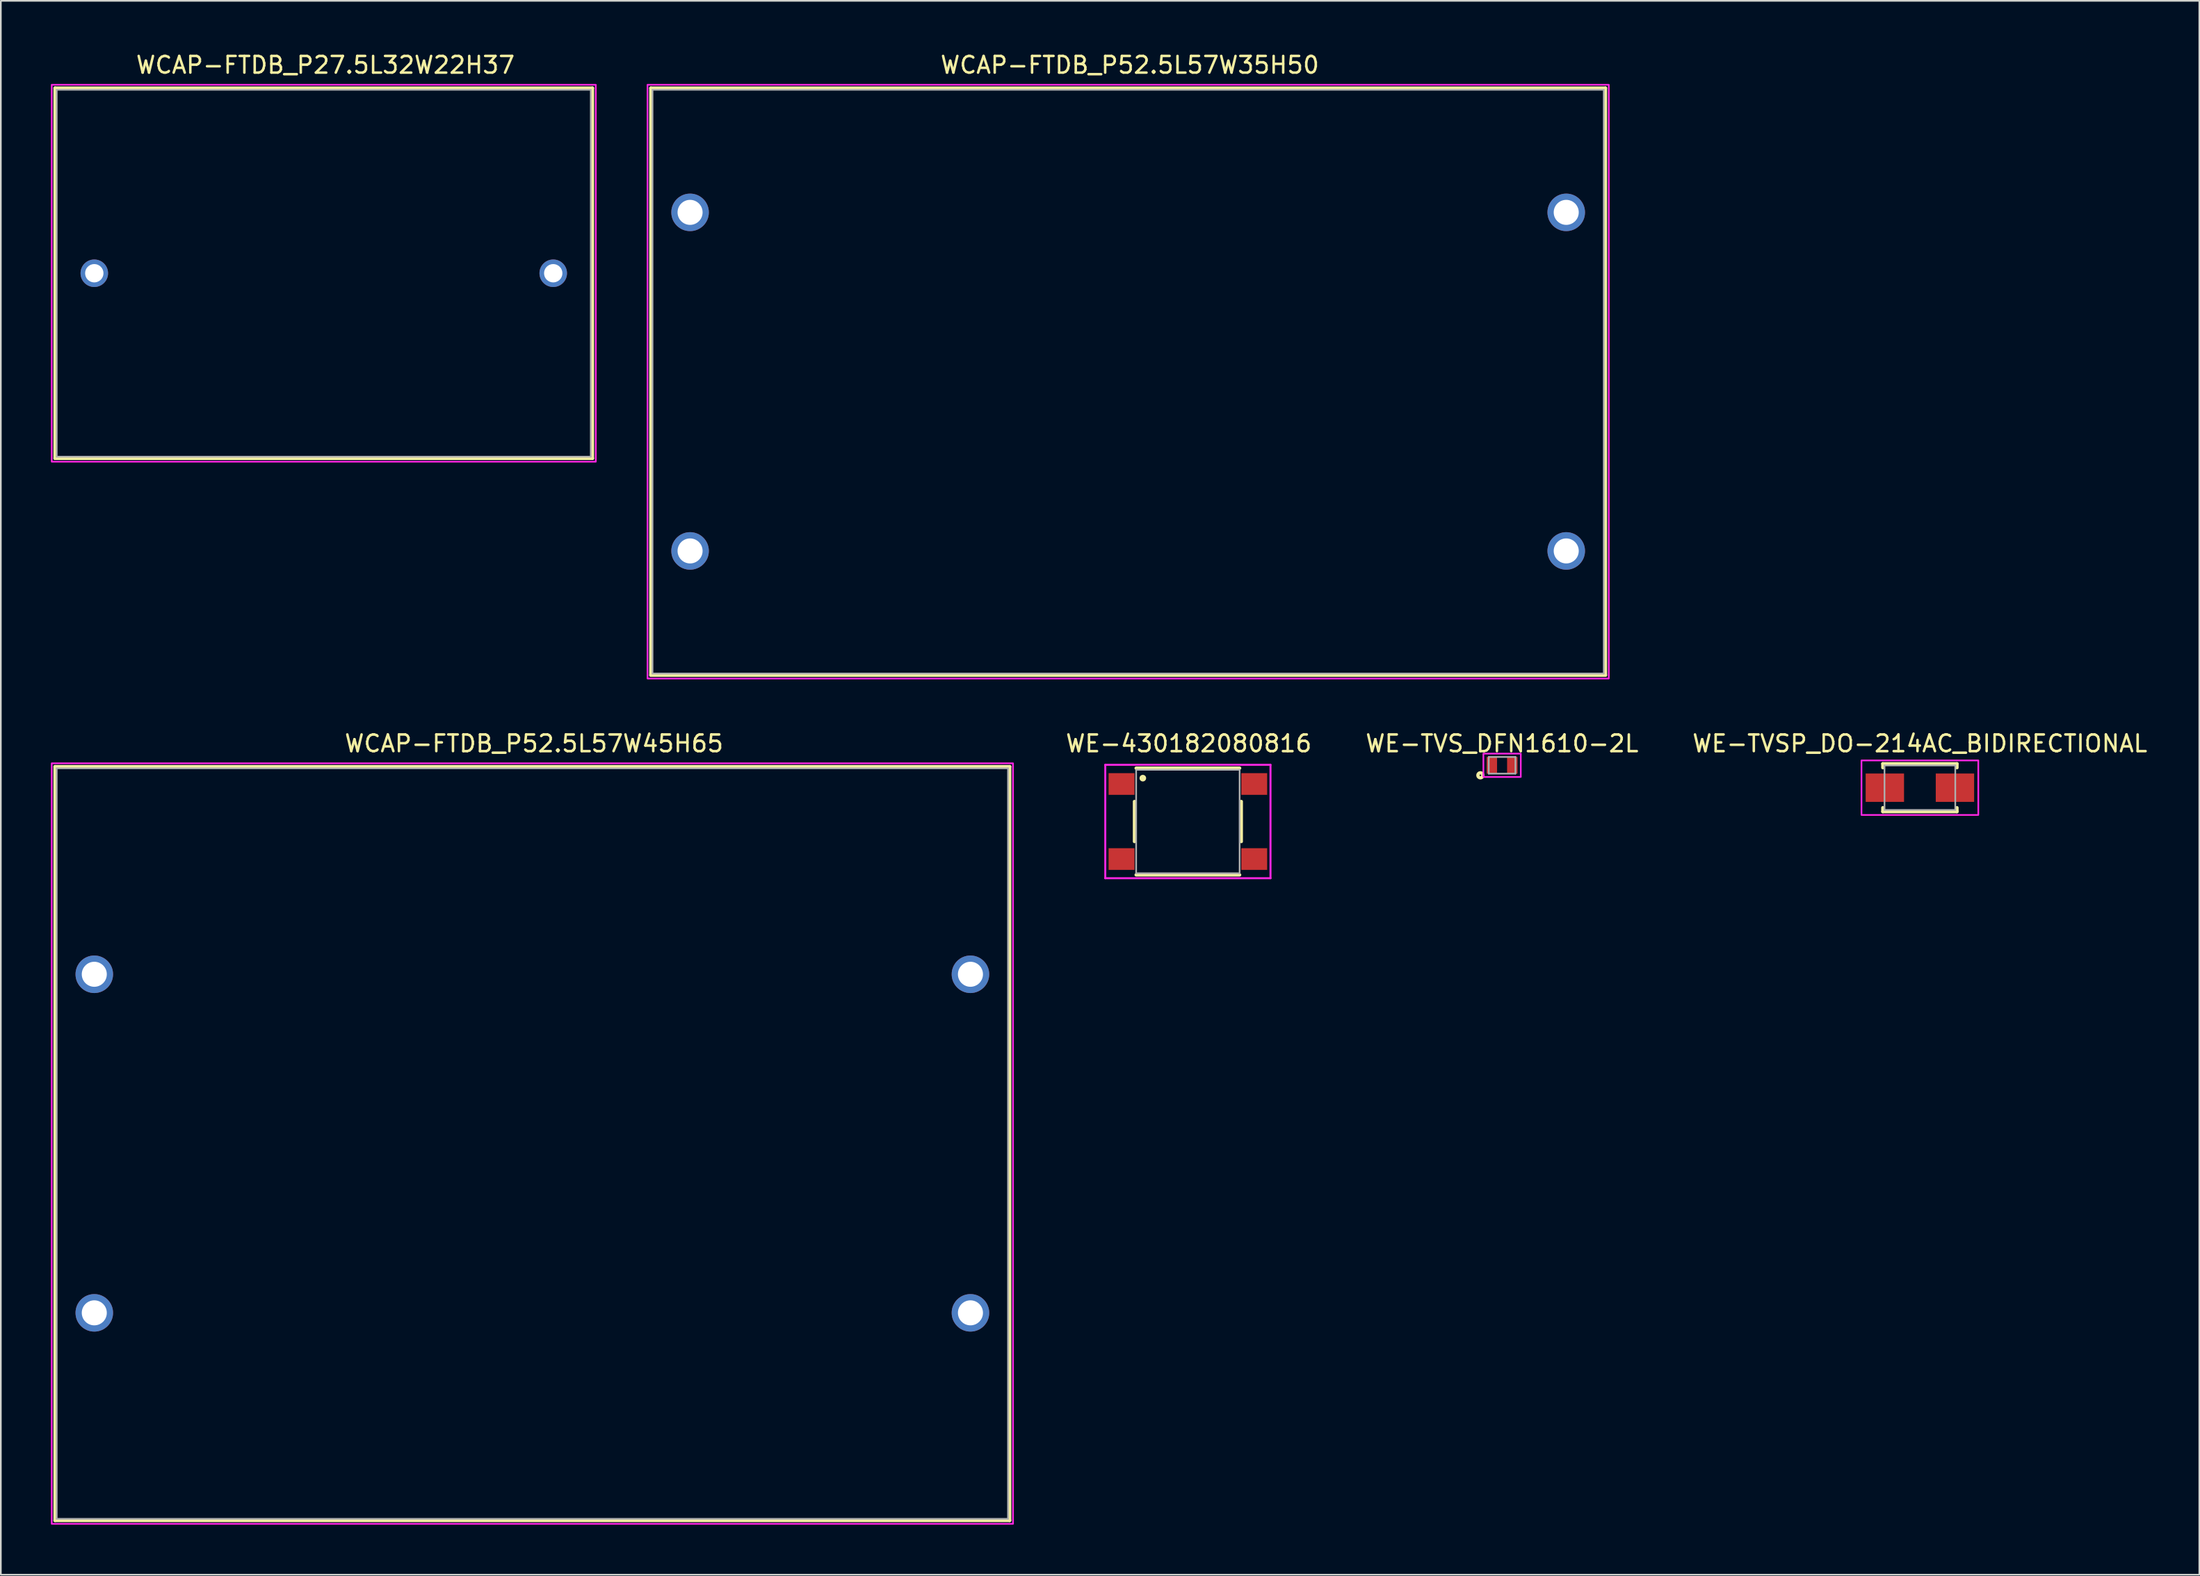
<source format=kicad_pcb>
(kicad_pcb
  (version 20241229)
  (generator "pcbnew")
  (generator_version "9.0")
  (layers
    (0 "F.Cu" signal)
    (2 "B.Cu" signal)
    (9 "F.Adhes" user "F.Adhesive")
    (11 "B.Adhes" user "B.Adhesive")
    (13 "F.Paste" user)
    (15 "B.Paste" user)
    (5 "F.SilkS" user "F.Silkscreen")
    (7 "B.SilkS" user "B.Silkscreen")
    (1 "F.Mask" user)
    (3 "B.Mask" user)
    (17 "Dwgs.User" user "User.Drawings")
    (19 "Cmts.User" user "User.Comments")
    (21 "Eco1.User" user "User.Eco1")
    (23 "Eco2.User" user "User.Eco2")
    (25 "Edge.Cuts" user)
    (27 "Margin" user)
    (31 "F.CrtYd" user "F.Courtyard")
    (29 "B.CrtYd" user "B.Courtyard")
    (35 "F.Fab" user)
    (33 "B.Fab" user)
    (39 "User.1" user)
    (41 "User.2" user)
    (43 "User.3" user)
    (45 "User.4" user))
  (footprint "WE-TVS_DFN1610-2L"
    (layer "F.Cu")
    (at 86.956 42.836)
    (property "Reference" "WE-TVS_DFN1610-2L" (at 0 -1.305 0) (layer "F.SilkS") (effects (font (size 1 1) (thickness 0.15))))
    (attr through_hole)
    (fp_circle (center -1.3 0.6) (end -1.25 0.6) (stroke (width 0.2) (type solid)) (fill no) (layer "F.SilkS"))
    (fp_poly (pts (xy -1.12 -0.7) (xy 1.12 -0.7) (xy 1.12 0.7) (xy -1.12 0.7)) (stroke (width 0.1) (type solid)) (fill no) (layer "F.CrtYd"))
    (fp_line (start -0.8 -0.5) (end 0.8 -0.5) (stroke (width 0.1) (type solid)) (layer "F.Fab"))
    (fp_line (start -0.8 0.5) (end -0.8 -0.5) (stroke (width 0.1) (type solid)) (layer "F.Fab"))
    (fp_line (start 0.8 -0.5) (end 0.8 0.5) (stroke (width 0.1) (type solid)) (layer "F.Fab"))
    (fp_line (start 0.8 0.5) (end -0.8 0.5) (stroke (width 0.1) (type solid)) (layer "F.Fab"))
    (pad "1" smd rect (at -0.613 0) (size 0.625 1) (layers "F.Cu" "F.Mask" "F.Paste"))
    (pad "2" smd rect (at 0.613 0) (size 0.625 1) (layers "F.Cu" "F.Mask" "F.Paste")))
  (footprint "WE-TVSP_DO-214AC_BIDIRECTIONAL"
    (layer "F.Cu")
    (at 111.992 44.179)
    (property "Reference" "WE-TVSP_DO-214AC_BIDIRECTIONAL" (at 0 -2.648 0) (layer "F.SilkS") (effects (font (size 1 1) (thickness 0.15))))
    (attr smd)
    (fp_line (start -2.22 -1.2) (end -2.22 -1.435) (stroke (width 0.2) (type solid)) (layer "F.SilkS"))
    (fp_line (start -2.22 1.2) (end -2.22 1.435) (stroke (width 0.2) (type solid)) (layer "F.SilkS"))
    (fp_line (start -2.22 1.435) (end 2.22 1.435) (stroke (width 0.2) (type solid)) (layer "F.SilkS"))
    (fp_line (start 2.22 -1.435) (end -2.22 -1.435) (stroke (width 0.2) (type solid)) (layer "F.SilkS"))
    (fp_line (start 2.22 -1.2) (end 2.22 -1.435) (stroke (width 0.2) (type solid)) (layer "F.SilkS"))
    (fp_line (start 2.22 1.2) (end 2.22 1.435) (stroke (width 0.2) (type solid)) (layer "F.SilkS"))
    (fp_poly (pts (xy -3.5 -1.635) (xy 3.5 -1.635) (xy 3.5 1.635) (xy -3.5 1.635)) (stroke (width 0.1) (type solid)) (fill no) (layer "F.CrtYd"))
    (fp_line (start -2.12 -1.335) (end -2.12 1.335) (stroke (width 0.1) (type solid)) (layer "F.Fab"))
    (fp_line (start -2.12 -1.335) (end 2.12 -1.335) (stroke (width 0.1) (type solid)) (layer "F.Fab"))
    (fp_line (start -2.12 1.335) (end 2.12 1.335) (stroke (width 0.1) (type solid)) (layer "F.Fab"))
    (fp_line (start 2.12 1.335) (end 2.12 -1.335) (stroke (width 0.1) (type solid)) (layer "F.Fab"))
    (pad "1" smd rect (at -2.1 0) (size 2.3 1.7) (layers "F.Cu" "F.Mask" "F.Paste"))
    (pad "2" smd rect (at 2.1 0) (size 2.3 1.7) (layers "F.Cu" "F.Mask" "F.Paste")))
  (footprint "WCAP-FTDB_P52.5L57W45H65"
    (layer "F.Cu")
    (at 28.85 65.516)
    (property "Reference" "WCAP-FTDB_P52.5L57W45H65" (at 0.1 -23.985 0) (layer "F.SilkS") (effects (font (size 1 1) (thickness 0.15))))
    (attr through_hole)
    (fp_line (start -28.6 -22.6) (end 28.6 -22.6) (stroke (width 0.2) (type solid)) (layer "F.SilkS"))
    (fp_line (start -28.6 22.6) (end -28.6 -22.6) (stroke (width 0.2) (type solid)) (layer "F.SilkS"))
    (fp_line (start 28.6 -22.6) (end 28.6 22.6) (stroke (width 0.2) (type solid)) (layer "F.SilkS"))
    (fp_line (start 28.6 22.6) (end -28.6 22.6) (stroke (width 0.2) (type solid)) (layer "F.SilkS"))
    (fp_poly (pts (xy -28.8 -22.8) (xy 28.8 -22.8) (xy 28.8 22.8) (xy -28.8 22.8)) (stroke (width 0.1) (type solid)) (fill no) (layer "F.CrtYd"))
    (fp_line (start -28.5 -22.5) (end 28.5 -22.5) (stroke (width 0.1) (type solid)) (layer "F.Fab"))
    (fp_line (start -28.5 22.5) (end -28.5 -22.5) (stroke (width 0.1) (type solid)) (layer "F.Fab"))
    (fp_line (start 28.5 -22.5) (end 28.5 22.5) (stroke (width 0.1) (type solid)) (layer "F.Fab"))
    (fp_line (start 28.5 22.5) (end -28.5 22.5) (stroke (width 0.1) (type solid)) (layer "F.Fab"))
    (pad "1" thru_hole circle (at -26.25 -10.15) (size 2.25 2.25) (drill 1.5) (layers "*.Cu" "*.Mask"))
    (pad "2" thru_hole circle (at 26.25 -10.15) (size 2.25 2.25) (drill 1.5) (layers "*.Cu" "*.Mask"))
    (pad "3" thru_hole circle (at -26.25 10.15) (size 2.25 2.25) (drill 1.5) (layers "*.Cu" "*.Mask"))
    (pad "4" thru_hole circle (at 26.25 10.15) (size 2.25 2.25) (drill 1.5) (layers "*.Cu" "*.Mask")))
  (footprint "WE-430182080816"
    (layer "F.Cu")
    (at 68.129 46.207)
    (property "Reference" "WE-430182080816" (at 0.053 -4.676 0) (layer "F.SilkS") (effects (font (size 1 1) (thickness 0.15))))
    (attr through_hole)
    (fp_line (start -3.2 -1.2) (end -3.2 1.2) (stroke (width 0.2) (type solid)) (layer "F.SilkS"))
    (fp_line (start -3.1 -3.2) (end 3.1 -3.2) (stroke (width 0.2) (type solid)) (layer "F.SilkS"))
    (fp_line (start 3.1 3.2) (end -3.1 3.2) (stroke (width 0.2) (type solid)) (layer "F.SilkS"))
    (fp_line (start 3.2 1.2) (end 3.2 -1.2) (stroke (width 0.2) (type solid)) (layer "F.SilkS"))
    (fp_circle (center -2.7 -2.6) (end -2.6 -2.6) (stroke (width 0.2) (type solid)) (fill no) (layer "F.SilkS"))
    (fp_line (start -4.95 -3.4) (end 4.95 -3.4) (stroke (width 0.12) (type solid)) (layer "F.CrtYd"))
    (fp_line (start -4.95 3.4) (end -4.95 -3.4) (stroke (width 0.12) (type solid)) (layer "F.CrtYd"))
    (fp_line (start 4.95 -3.4) (end 4.95 3.4) (stroke (width 0.12) (type solid)) (layer "F.CrtYd"))
    (fp_line (start 4.95 3.4) (end -4.95 3.4) (stroke (width 0.12) (type solid)) (layer "F.CrtYd"))
    (fp_line (start -3.1 -3.1) (end -3.1 3.1) (stroke (width 0.1) (type solid)) (layer "F.Fab"))
    (fp_line (start -3.1 3.1) (end 3.1 3.1) (stroke (width 0.1) (type solid)) (layer "F.Fab"))
    (fp_line (start 3.1 -3.1) (end -3.1 -3.1) (stroke (width 0.1) (type solid)) (layer "F.Fab"))
    (fp_line (start 3.1 3.1) (end 3.1 -3.1) (stroke (width 0.1) (type solid)) (layer "F.Fab"))
    (pad "1" smd rect (at -3.975 -2.25) (size 1.55 1.3) (layers "F.Cu" "F.Mask" "F.Paste"))
    (pad "2" smd rect (at -3.975 2.25) (size 1.55 1.3) (layers "F.Cu" "F.Mask" "F.Paste"))
    (pad "3" smd rect (at 3.975 -2.25) (size 1.55 1.3) (layers "F.Cu" "F.Mask" "F.Paste"))
    (pad "4" smd rect (at 3.975 2.25) (size 1.55 1.3) (layers "F.Cu" "F.Mask" "F.Paste")))
  (footprint "WCAP-FTDB_P27.5L32W22H37"
    (layer "F.Cu")
    (at 16.35 13.333)
    (property "Reference" "WCAP-FTDB_P27.5L32W22H37" (at 0.1 -12.485 0) (layer "F.SilkS") (effects (font (size 1 1) (thickness 0.15))))
    (attr through_hole)
    (fp_line (start -16.1 -11.1) (end 16.1 -11.1) (stroke (width 0.2) (type solid)) (layer "F.SilkS"))
    (fp_line (start -16.1 11.1) (end -16.1 -11.1) (stroke (width 0.2) (type solid)) (layer "F.SilkS"))
    (fp_line (start 16.1 -11.1) (end 16.1 11.1) (stroke (width 0.2) (type solid)) (layer "F.SilkS"))
    (fp_line (start 16.1 11.1) (end -16.1 11.1) (stroke (width 0.2) (type solid)) (layer "F.SilkS"))
    (fp_poly (pts (xy -16.3 -11.3) (xy 16.3 -11.3) (xy 16.3 11.3) (xy -16.3 11.3)) (stroke (width 0.1) (type solid)) (fill no) (layer "F.CrtYd"))
    (fp_line (start -16 -11) (end 16 -11) (stroke (width 0.1) (type solid)) (layer "F.Fab"))
    (fp_line (start -16 11) (end -16 -11) (stroke (width 0.1) (type solid)) (layer "F.Fab"))
    (fp_line (start 16 -11) (end 16 11) (stroke (width 0.1) (type solid)) (layer "F.Fab"))
    (fp_line (start 16 11) (end -16 11) (stroke (width 0.1) (type solid)) (layer "F.Fab"))
    (pad "1" thru_hole circle (at -13.75 0) (size 1.65 1.65) (drill 1.1) (layers "*.Cu" "*.Mask"))
    (pad "2" thru_hole circle (at 13.75 0) (size 1.65 1.65) (drill 1.1) (layers "*.Cu" "*.Mask")))
  (footprint "WCAP-FTDB_P52.5L57W35H50"
    (layer "F.Cu")
    (at 64.55 19.833)
    (property "Reference" "WCAP-FTDB_P52.5L57W35H50" (at 0.1 -18.985 0) (layer "F.SilkS") (effects (font (size 1 1) (thickness 0.15))))
    (attr through_hole)
    (fp_line (start -28.6 -17.6) (end 28.6 -17.6) (stroke (width 0.2) (type solid)) (layer "F.SilkS"))
    (fp_line (start -28.6 17.6) (end -28.6 -17.6) (stroke (width 0.2) (type solid)) (layer "F.SilkS"))
    (fp_line (start 28.6 -17.6) (end 28.6 17.6) (stroke (width 0.2) (type solid)) (layer "F.SilkS"))
    (fp_line (start 28.6 17.6) (end -28.6 17.6) (stroke (width 0.2) (type solid)) (layer "F.SilkS"))
    (fp_poly (pts (xy -28.8 -17.8) (xy 28.8 -17.8) (xy 28.8 17.8) (xy -28.8 17.8)) (stroke (width 0.1) (type solid)) (fill no) (layer "F.CrtYd"))
    (fp_line (start -28.5 -17.5) (end 28.5 -17.5) (stroke (width 0.1) (type solid)) (layer "F.Fab"))
    (fp_line (start -28.5 17.5) (end -28.5 -17.5) (stroke (width 0.1) (type solid)) (layer "F.Fab"))
    (fp_line (start 28.5 -17.5) (end 28.5 17.5) (stroke (width 0.1) (type solid)) (layer "F.Fab"))
    (fp_line (start 28.5 17.5) (end -28.5 17.5) (stroke (width 0.1) (type solid)) (layer "F.Fab"))
    (pad "1" thru_hole circle (at -26.25 -10.15) (size 2.25 2.25) (drill 1.5) (layers "*.Cu" "*.Mask"))
    (pad "2" thru_hole circle (at 26.25 -10.15) (size 2.25 2.25) (drill 1.5) (layers "*.Cu" "*.Mask"))
    (pad "3" thru_hole circle (at -26.25 10.15) (size 2.25 2.25) (drill 1.5) (layers "*.Cu" "*.Mask"))
    (pad "4" thru_hole circle (at 26.25 10.15) (size 2.25 2.25) (drill 1.5) (layers "*.Cu" "*.Mask")))
  (gr_rect
    (start -3 -3)
    (end 128.736 91.367)
    (stroke (width 0.1) (type default))
    (fill no)
    (layer "Edge.Cuts")))
</source>
